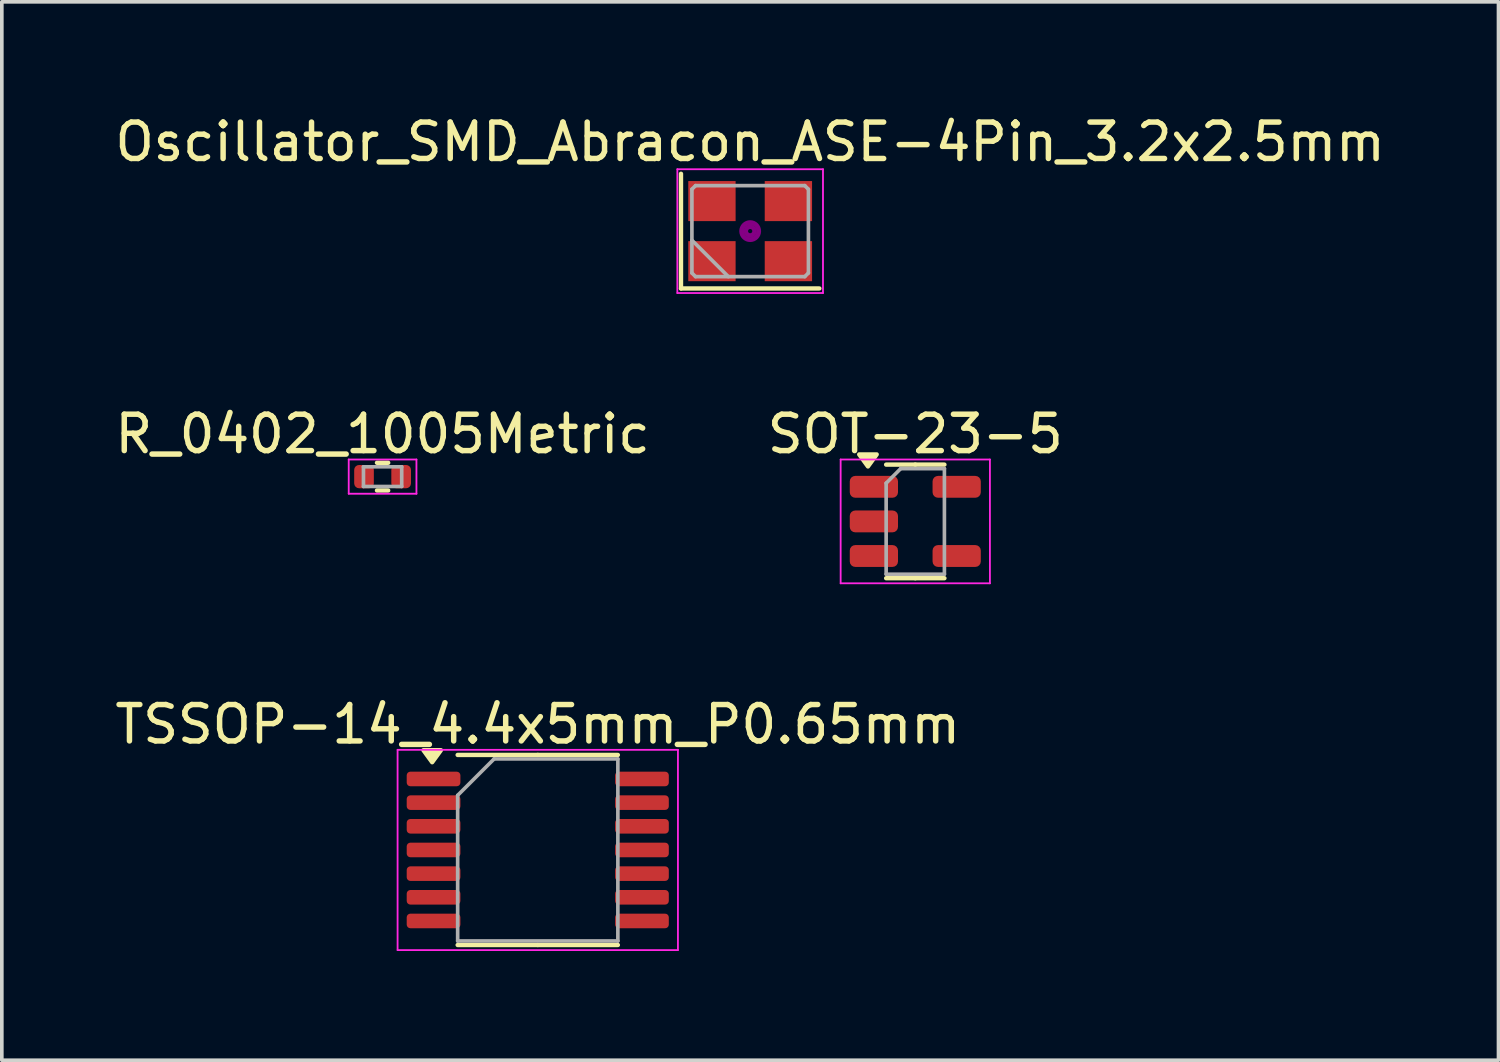
<source format=kicad_pcb>
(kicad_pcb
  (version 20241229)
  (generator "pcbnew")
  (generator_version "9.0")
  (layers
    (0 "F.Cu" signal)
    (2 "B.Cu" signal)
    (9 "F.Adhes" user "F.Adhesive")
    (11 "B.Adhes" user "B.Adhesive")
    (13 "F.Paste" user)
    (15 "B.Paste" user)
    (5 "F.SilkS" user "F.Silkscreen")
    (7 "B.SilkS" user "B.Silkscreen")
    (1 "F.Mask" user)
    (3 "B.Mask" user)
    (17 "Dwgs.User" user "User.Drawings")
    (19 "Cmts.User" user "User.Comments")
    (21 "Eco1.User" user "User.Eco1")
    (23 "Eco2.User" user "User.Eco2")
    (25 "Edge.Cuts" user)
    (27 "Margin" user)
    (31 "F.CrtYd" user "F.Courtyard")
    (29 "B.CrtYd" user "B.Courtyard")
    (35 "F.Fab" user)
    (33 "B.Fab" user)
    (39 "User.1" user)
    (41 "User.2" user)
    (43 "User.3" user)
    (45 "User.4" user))
  (footprint "SOT-23-5"
    (layer "F.Cu")
    (at 22.089 11.271)
    (property "Reference" "SOT-23-5" (at 0 -2.4 180) (layer "F.SilkS") (effects (font (size 1 1) (thickness 0.15))))
    (attr smd)
    (fp_line (start 0 -1.56) (end -0.8 -1.56) (stroke (width 0.12) (type solid)) (layer "F.SilkS"))
    (fp_line (start 0 -1.56) (end 0.8 -1.56) (stroke (width 0.12) (type solid)) (layer "F.SilkS"))
    (fp_line (start 0 1.56) (end -0.8 1.56) (stroke (width 0.12) (type solid)) (layer "F.SilkS"))
    (fp_line (start 0 1.56) (end 0.8 1.56) (stroke (width 0.12) (type solid)) (layer "F.SilkS"))
    (fp_poly (pts (xy -1.3 -1.51) (xy -1.54 -1.84) (xy -1.06 -1.84) (xy -1.3 -1.51)) (stroke (width 0.12) (type solid)) (fill yes) (layer "F.SilkS"))
    (fp_line (start -2.05 -1.7) (end -2.05 1.7) (stroke (width 0.05) (type solid)) (layer "F.CrtYd"))
    (fp_line (start -2.05 1.7) (end 2.05 1.7) (stroke (width 0.05) (type solid)) (layer "F.CrtYd"))
    (fp_line (start 2.05 -1.7) (end -2.05 -1.7) (stroke (width 0.05) (type solid)) (layer "F.CrtYd"))
    (fp_line (start 2.05 1.7) (end 2.05 -1.7) (stroke (width 0.05) (type solid)) (layer "F.CrtYd"))
    (fp_line (start -0.8 -1.05) (end -0.4 -1.45) (stroke (width 0.1) (type solid)) (layer "F.Fab"))
    (fp_line (start -0.8 1.45) (end -0.8 -1.05) (stroke (width 0.1) (type solid)) (layer "F.Fab"))
    (fp_line (start -0.4 -1.45) (end 0.8 -1.45) (stroke (width 0.1) (type solid)) (layer "F.Fab"))
    (fp_line (start 0.8 -1.45) (end 0.8 1.45) (stroke (width 0.1) (type solid)) (layer "F.Fab"))
    (fp_line (start 0.8 1.45) (end -0.8 1.45) (stroke (width 0.1) (type solid)) (layer "F.Fab"))
    (pad "1" smd roundrect (at -1.137 -0.95) (size 1.325 0.6) (layers "F.Cu" "F.Mask" "F.Paste") (roundrect_rratio 0.25))
    (pad "2" smd roundrect (at -1.137 0) (size 1.325 0.6) (layers "F.Cu" "F.Mask" "F.Paste") (roundrect_rratio 0.25))
    (pad "3" smd roundrect (at -1.137 0.95) (size 1.325 0.6) (layers "F.Cu" "F.Mask" "F.Paste") (roundrect_rratio 0.25))
    (pad "4" smd roundrect (at 1.137 0.95) (size 1.325 0.6) (layers "F.Cu" "F.Mask" "F.Paste") (roundrect_rratio 0.25))
    (pad "5" smd roundrect (at 1.137 -0.95) (size 1.325 0.6) (layers "F.Cu" "F.Mask" "F.Paste") (roundrect_rratio 0.25)))
  (footprint "R_0402_1005Metric"
    (layer "F.Cu")
    (at 7.458 10.041)
    (property "Reference" "R_0402_1005Metric" (at 0 -1.17 0) (layer "F.SilkS") (effects (font (size 1 1) (thickness 0.15))))
    (attr smd)
    (fp_line (start -0.154 -0.38) (end 0.154 -0.38) (stroke (width 0.12) (type solid)) (layer "F.SilkS"))
    (fp_line (start -0.154 0.38) (end 0.154 0.38) (stroke (width 0.12) (type solid)) (layer "F.SilkS"))
    (fp_line (start -0.93 -0.47) (end 0.93 -0.47) (stroke (width 0.05) (type solid)) (layer "F.CrtYd"))
    (fp_line (start -0.93 0.47) (end -0.93 -0.47) (stroke (width 0.05) (type solid)) (layer "F.CrtYd"))
    (fp_line (start 0.93 -0.47) (end 0.93 0.47) (stroke (width 0.05) (type solid)) (layer "F.CrtYd"))
    (fp_line (start 0.93 0.47) (end -0.93 0.47) (stroke (width 0.05) (type solid)) (layer "F.CrtYd"))
    (fp_line (start -0.525 -0.27) (end 0.525 -0.27) (stroke (width 0.1) (type solid)) (layer "F.Fab"))
    (fp_line (start -0.525 0.27) (end -0.525 -0.27) (stroke (width 0.1) (type solid)) (layer "F.Fab"))
    (fp_line (start 0.525 -0.27) (end 0.525 0.27) (stroke (width 0.1) (type solid)) (layer "F.Fab"))
    (fp_line (start 0.525 0.27) (end -0.525 0.27) (stroke (width 0.1) (type solid)) (layer "F.Fab"))
    (pad "1" smd roundrect (at -0.51 0 180) (size 0.54 0.64) (layers "F.Cu" "F.Mask" "F.Paste") (roundrect_rratio 0.25))
    (pad "2" smd roundrect (at 0.51 0 180) (size 0.54 0.64) (layers "F.Cu" "F.Mask" "F.Paste") (roundrect_rratio 0.25)))
  (footprint "TSSOP-14_4.4x5mm_P0.65mm"
    (layer "F.Cu")
    (at 11.72 20.295)
    (property "Reference" "TSSOP-14_4.4x5mm_P0.65mm" (at 0 -3.45 180) (layer "F.SilkS") (effects (font (size 1 1) (thickness 0.15))))
    (attr smd)
    (fp_line (start 0 -2.61) (end -2.2 -2.61) (stroke (width 0.12) (type solid)) (layer "F.SilkS"))
    (fp_line (start 0 -2.61) (end 2.2 -2.61) (stroke (width 0.12) (type solid)) (layer "F.SilkS"))
    (fp_line (start 0 2.61) (end -2.2 2.61) (stroke (width 0.12) (type solid)) (layer "F.SilkS"))
    (fp_line (start 0 2.61) (end 2.2 2.61) (stroke (width 0.12) (type solid)) (layer "F.SilkS"))
    (fp_poly (pts (xy -2.9 -2.41) (xy -3.14 -2.74) (xy -2.66 -2.74) (xy -2.9 -2.41)) (stroke (width 0.12) (type solid)) (fill yes) (layer "F.SilkS"))
    (fp_line (start -3.85 -2.75) (end -3.85 2.75) (stroke (width 0.05) (type solid)) (layer "F.CrtYd"))
    (fp_line (start -3.85 2.75) (end 3.85 2.75) (stroke (width 0.05) (type solid)) (layer "F.CrtYd"))
    (fp_line (start 3.85 -2.75) (end -3.85 -2.75) (stroke (width 0.05) (type solid)) (layer "F.CrtYd"))
    (fp_line (start 3.85 2.75) (end 3.85 -2.75) (stroke (width 0.05) (type solid)) (layer "F.CrtYd"))
    (fp_line (start -2.2 -1.5) (end -1.2 -2.5) (stroke (width 0.1) (type solid)) (layer "F.Fab"))
    (fp_line (start -2.2 2.5) (end -2.2 -1.5) (stroke (width 0.1) (type solid)) (layer "F.Fab"))
    (fp_line (start -1.2 -2.5) (end 2.2 -2.5) (stroke (width 0.1) (type solid)) (layer "F.Fab"))
    (fp_line (start 2.2 -2.5) (end 2.2 2.5) (stroke (width 0.1) (type solid)) (layer "F.Fab"))
    (fp_line (start 2.2 2.5) (end -2.2 2.5) (stroke (width 0.1) (type solid)) (layer "F.Fab"))
    (pad "1" smd roundrect (at -2.862 -1.95) (size 1.475 0.4) (layers "F.Cu" "F.Mask" "F.Paste") (roundrect_rratio 0.25))
    (pad "2" smd roundrect (at -2.862 -1.3) (size 1.475 0.4) (layers "F.Cu" "F.Mask" "F.Paste") (roundrect_rratio 0.25))
    (pad "3" smd roundrect (at -2.862 -0.65) (size 1.475 0.4) (layers "F.Cu" "F.Mask" "F.Paste") (roundrect_rratio 0.25))
    (pad "4" smd roundrect (at -2.862 0) (size 1.475 0.4) (layers "F.Cu" "F.Mask" "F.Paste") (roundrect_rratio 0.25))
    (pad "5" smd roundrect (at -2.862 0.65) (size 1.475 0.4) (layers "F.Cu" "F.Mask" "F.Paste") (roundrect_rratio 0.25))
    (pad "6" smd roundrect (at -2.862 1.3) (size 1.475 0.4) (layers "F.Cu" "F.Mask" "F.Paste") (roundrect_rratio 0.25))
    (pad "7" smd roundrect (at -2.862 1.95) (size 1.475 0.4) (layers "F.Cu" "F.Mask" "F.Paste") (roundrect_rratio 0.25))
    (pad "8" smd roundrect (at 2.862 1.95) (size 1.475 0.4) (layers "F.Cu" "F.Mask" "F.Paste") (roundrect_rratio 0.25))
    (pad "9" smd roundrect (at 2.862 1.3) (size 1.475 0.4) (layers "F.Cu" "F.Mask" "F.Paste") (roundrect_rratio 0.25))
    (pad "10" smd roundrect (at 2.862 0.65) (size 1.475 0.4) (layers "F.Cu" "F.Mask" "F.Paste") (roundrect_rratio 0.25))
    (pad "11" smd roundrect (at 2.862 0) (size 1.475 0.4) (layers "F.Cu" "F.Mask" "F.Paste") (roundrect_rratio 0.25))
    (pad "12" smd roundrect (at 2.862 -0.65) (size 1.475 0.4) (layers "F.Cu" "F.Mask" "F.Paste") (roundrect_rratio 0.25))
    (pad "13" smd roundrect (at 2.862 -1.3) (size 1.475 0.4) (layers "F.Cu" "F.Mask" "F.Paste") (roundrect_rratio 0.25))
    (pad "14" smd roundrect (at 2.862 -1.95) (size 1.475 0.4) (layers "F.Cu" "F.Mask" "F.Paste") (roundrect_rratio 0.25)))
  (footprint "Oscillator_SMD_Abracon_ASE-4Pin_3.2x2.5mm"
    (layer "F.Cu")
    (at 17.554 3.298)
    (property "Reference" "Oscillator_SMD_Abracon_ASE-4Pin_3.2x2.5mm" (at 0 -2.45 180) (layer "F.SilkS") (effects (font (size 1 1) (thickness 0.15))))
    (attr smd)
    (fp_line (start -1.9 -1.575) (end -1.9 1.575) (stroke (width 0.12) (type solid)) (layer "F.SilkS"))
    (fp_line (start -1.9 1.575) (end 1.9 1.575) (stroke (width 0.12) (type solid)) (layer "F.SilkS"))
    (fp_circle (center 0 0) (end 0.058 0) (stroke (width 0.117) (type solid)) (fill no) (layer "F.Adhes"))
    (fp_circle (center 0 0) (end 0.133 0) (stroke (width 0.083) (type solid)) (fill no) (layer "F.Adhes"))
    (fp_circle (center 0 0) (end 0.208 0) (stroke (width 0.083) (type solid)) (fill no) (layer "F.Adhes"))
    (fp_circle (center 0 0) (end 0.25 0) (stroke (width 0.1) (type solid)) (fill no) (layer "F.Adhes"))
    (fp_line (start -2 -1.7) (end -2 1.7) (stroke (width 0.05) (type solid)) (layer "F.CrtYd"))
    (fp_line (start -2 1.7) (end 2 1.7) (stroke (width 0.05) (type solid)) (layer "F.CrtYd"))
    (fp_line (start 2 -1.7) (end -2 -1.7) (stroke (width 0.05) (type solid)) (layer "F.CrtYd"))
    (fp_line (start 2 1.7) (end 2 -1.7) (stroke (width 0.05) (type solid)) (layer "F.CrtYd"))
    (fp_line (start -1.6 -1.15) (end -1.5 -1.25) (stroke (width 0.1) (type solid)) (layer "F.Fab"))
    (fp_line (start -1.6 0.25) (end -0.6 1.25) (stroke (width 0.1) (type solid)) (layer "F.Fab"))
    (fp_line (start -1.6 1.15) (end -1.6 -1.15) (stroke (width 0.1) (type solid)) (layer "F.Fab"))
    (fp_line (start -1.5 -1.25) (end 1.5 -1.25) (stroke (width 0.1) (type solid)) (layer "F.Fab"))
    (fp_line (start -1.5 1.25) (end -1.6 1.15) (stroke (width 0.1) (type solid)) (layer "F.Fab"))
    (fp_line (start 1.5 -1.25) (end 1.6 -1.15) (stroke (width 0.1) (type solid)) (layer "F.Fab"))
    (fp_line (start 1.5 1.25) (end -1.5 1.25) (stroke (width 0.1) (type solid)) (layer "F.Fab"))
    (fp_line (start 1.6 -1.15) (end 1.6 1.15) (stroke (width 0.1) (type solid)) (layer "F.Fab"))
    (fp_line (start 1.6 1.15) (end 1.5 1.25) (stroke (width 0.1) (type solid)) (layer "F.Fab"))
    (pad "1" smd rect (at -1.05 0.825) (size 1.3 1.1) (layers "F.Cu" "F.Mask" "F.Paste"))
    (pad "2" smd rect (at 1.05 0.825) (size 1.3 1.1) (layers "F.Cu" "F.Mask" "F.Paste"))
    (pad "3" smd rect (at 1.05 -0.825) (size 1.3 1.1) (layers "F.Cu" "F.Mask" "F.Paste"))
    (pad "4" smd rect (at -1.05 -0.825) (size 1.3 1.1) (layers "F.Cu" "F.Mask" "F.Paste")))
  (gr_rect
    (start -3 -3)
    (end 38.107 26.07)
    (stroke (width 0.1) (type default))
    (fill no)
    (layer "Edge.Cuts")))
</source>
